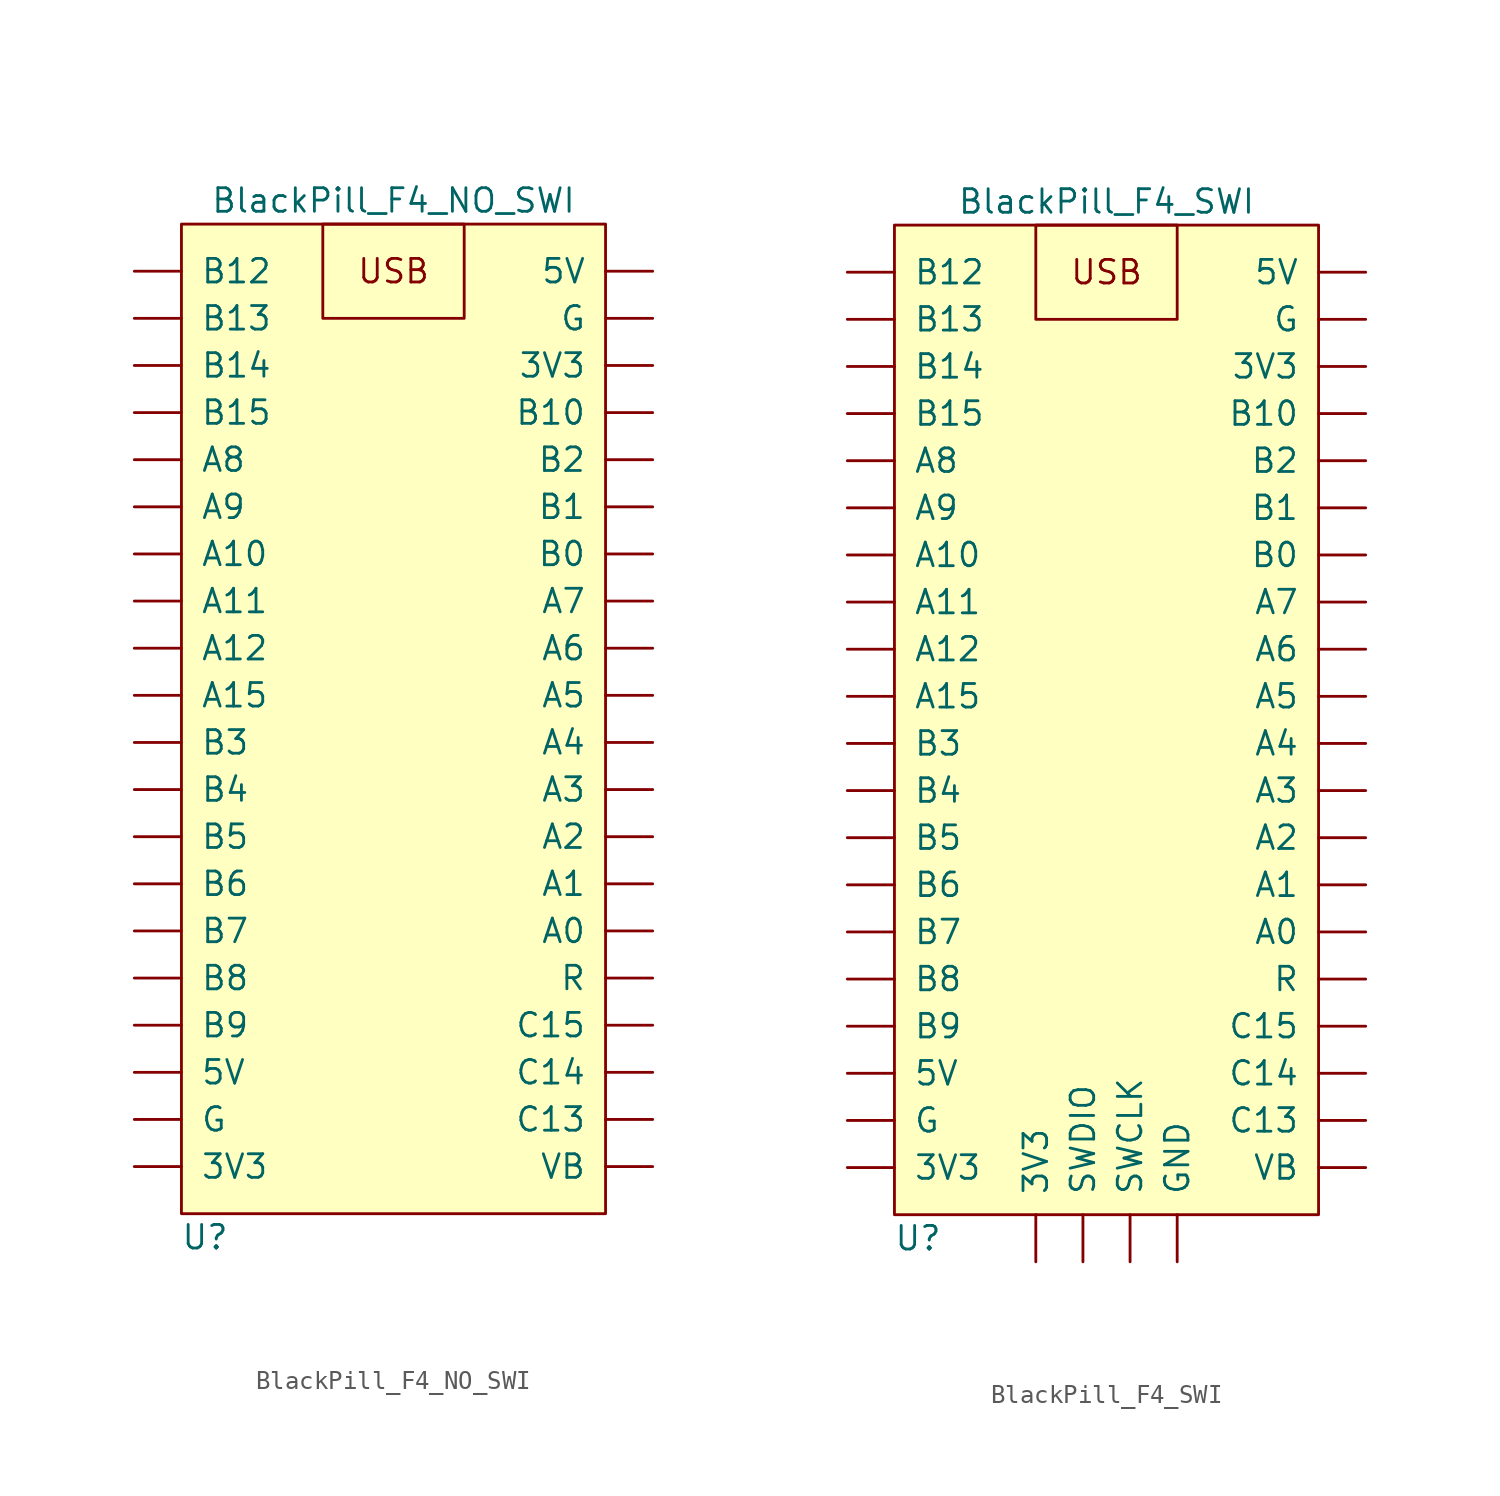
<source format=kicad_sym>
(kicad_symbol_lib
  (version 20211014)
  (generator kicad_symbol_editor)
  (symbol "BlackPill_F4_NO_SWI"
    (pin_numbers hide)
    (pin_names
      (offset 1.016))
    (property "Reference" "U"
      (at 20.32 -35.56 0)
      (effects (font (size 1.27 1.27))))
    (property "Value" "BlackPill_F4_NO_SWI"
      (at 30.48 20.32 0)
      (effects (font (size 1.27 1.27))))
    (symbol "BlackPill_F4_NO_SWI_0_0"
      (text "USB" (at 30.48 16.51 0) (effects (font (size 1.27 1.27)))))
    (symbol "BlackPill_F4_NO_SWI_0_1"
      (rectangle (start 19.05 -34.29) (end 41.91 19.05) (stroke (width 0) (type default) (color 0 0 0 0)) (fill (type background)))
      (rectangle (start 26.67 19.05) (end 34.29 13.97) (stroke (width 0) (type default) (color 0 0 0 0)) (fill (type none))))
    (symbol "BlackPill_F4_NO_SWI_1_1"
      (pin bidirectional line (at 16.51 16.51 0) (length 2.54) (name "B12" (effects (font (size 1.27 1.27)))) (number "1" (effects (font (size 1.27 1.27)))))
      (pin bidirectional line (at 16.51 -6.35 0) (length 2.54) (name "A15" (effects (font (size 1.27 1.27)))) (number "10" (effects (font (size 1.27 1.27)))))
      (pin bidirectional line (at 16.51 -8.89 0) (length 2.54) (name "B3" (effects (font (size 1.27 1.27)))) (number "11" (effects (font (size 1.27 1.27)))))
      (pin bidirectional line (at 16.51 -11.43 0) (length 2.54) (name "B4" (effects (font (size 1.27 1.27)))) (number "12" (effects (font (size 1.27 1.27)))))
      (pin bidirectional line (at 16.51 -13.97 0) (length 2.54) (name "B5" (effects (font (size 1.27 1.27)))) (number "13" (effects (font (size 1.27 1.27)))))
      (pin bidirectional line (at 16.51 -16.51 0) (length 2.54) (name "B6" (effects (font (size 1.27 1.27)))) (number "14" (effects (font (size 1.27 1.27)))))
      (pin bidirectional line (at 16.51 -19.05 0) (length 2.54) (name "B7" (effects (font (size 1.27 1.27)))) (number "15" (effects (font (size 1.27 1.27)))))
      (pin bidirectional line (at 16.51 -21.59 0) (length 2.54) (name "B8" (effects (font (size 1.27 1.27)))) (number "16" (effects (font (size 1.27 1.27)))))
      (pin bidirectional line (at 16.51 -24.13 0) (length 2.54) (name "B9" (effects (font (size 1.27 1.27)))) (number "17" (effects (font (size 1.27 1.27)))))
      (pin bidirectional line (at 16.51 -26.67 0) (length 2.54) (name "5V" (effects (font (size 1.27 1.27)))) (number "18" (effects (font (size 1.27 1.27)))))
      (pin bidirectional line (at 16.51 -29.21 0) (length 2.54) (name "G" (effects (font (size 1.27 1.27)))) (number "19" (effects (font (size 1.27 1.27)))))
      (pin bidirectional line (at 16.51 13.97 0) (length 2.54) (name "B13" (effects (font (size 1.27 1.27)))) (number "2" (effects (font (size 1.27 1.27)))))
      (pin bidirectional line (at 16.51 -31.75 0) (length 2.54) (name "3V3" (effects (font (size 1.27 1.27)))) (number "20" (effects (font (size 1.27 1.27)))))
      (pin bidirectional line (at 44.45 -31.75 180) (length 2.54) (name "VB" (effects (font (size 1.27 1.27)))) (number "21" (effects (font (size 1.27 1.27)))))
      (pin bidirectional line (at 44.45 -29.21 180) (length 2.54) (name "C13" (effects (font (size 1.27 1.27)))) (number "22" (effects (font (size 1.27 1.27)))))
      (pin bidirectional line (at 44.45 -26.67 180) (length 2.54) (name "C14" (effects (font (size 1.27 1.27)))) (number "23" (effects (font (size 1.27 1.27)))))
      (pin bidirectional line (at 44.45 -24.13 180) (length 2.54) (name "C15" (effects (font (size 1.27 1.27)))) (number "24" (effects (font (size 1.27 1.27)))))
      (pin bidirectional line (at 44.45 -21.59 180) (length 2.54) (name "R" (effects (font (size 1.27 1.27)))) (number "25" (effects (font (size 1.27 1.27)))))
      (pin bidirectional line (at 44.45 -19.05 180) (length 2.54) (name "A0" (effects (font (size 1.27 1.27)))) (number "26" (effects (font (size 1.27 1.27)))))
      (pin bidirectional line (at 44.45 -16.51 180) (length 2.54) (name "A1" (effects (font (size 1.27 1.27)))) (number "27" (effects (font (size 1.27 1.27)))))
      (pin bidirectional line (at 44.45 -13.97 180) (length 2.54) (name "A2" (effects (font (size 1.27 1.27)))) (number "28" (effects (font (size 1.27 1.27)))))
      (pin bidirectional line (at 44.45 -11.43 180) (length 2.54) (name "A3" (effects (font (size 1.27 1.27)))) (number "29" (effects (font (size 1.27 1.27)))))
      (pin bidirectional line (at 16.51 11.43 0) (length 2.54) (name "B14" (effects (font (size 1.27 1.27)))) (number "3" (effects (font (size 1.27 1.27)))))
      (pin bidirectional line (at 44.45 -8.89 180) (length 2.54) (name "A4" (effects (font (size 1.27 1.27)))) (number "30" (effects (font (size 1.27 1.27)))))
      (pin bidirectional line (at 44.45 -6.35 180) (length 2.54) (name "A5" (effects (font (size 1.27 1.27)))) (number "31" (effects (font (size 1.27 1.27)))))
      (pin bidirectional line (at 44.45 -3.81 180) (length 2.54) (name "A6" (effects (font (size 1.27 1.27)))) (number "32" (effects (font (size 1.27 1.27)))))
      (pin bidirectional line (at 44.45 -1.27 180) (length 2.54) (name "A7" (effects (font (size 1.27 1.27)))) (number "33" (effects (font (size 1.27 1.27)))))
      (pin bidirectional line (at 44.45 1.27 180) (length 2.54) (name "B0" (effects (font (size 1.27 1.27)))) (number "34" (effects (font (size 1.27 1.27)))))
      (pin bidirectional line (at 44.45 3.81 180) (length 2.54) (name "B1" (effects (font (size 1.27 1.27)))) (number "35" (effects (font (size 1.27 1.27)))))
      (pin bidirectional line (at 44.45 6.35 180) (length 2.54) (name "B2" (effects (font (size 1.27 1.27)))) (number "36" (effects (font (size 1.27 1.27)))))
      (pin bidirectional line (at 44.45 8.89 180) (length 2.54) (name "B10" (effects (font (size 1.27 1.27)))) (number "37" (effects (font (size 1.27 1.27)))))
      (pin bidirectional line (at 44.45 11.43 180) (length 2.54) (name "3V3" (effects (font (size 1.27 1.27)))) (number "38" (effects (font (size 1.27 1.27)))))
      (pin bidirectional line (at 44.45 13.97 180) (length 2.54) (name "G" (effects (font (size 1.27 1.27)))) (number "39" (effects (font (size 1.27 1.27)))))
      (pin bidirectional line (at 16.51 8.89 0) (length 2.54) (name "B15" (effects (font (size 1.27 1.27)))) (number "4" (effects (font (size 1.27 1.27)))))
      (pin bidirectional line (at 44.45 16.51 180) (length 2.54) (name "5V" (effects (font (size 1.27 1.27)))) (number "40" (effects (font (size 1.27 1.27)))))
      (pin bidirectional line (at 16.51 6.35 0) (length 2.54) (name "A8" (effects (font (size 1.27 1.27)))) (number "5" (effects (font (size 1.27 1.27)))))
      (pin bidirectional line (at 16.51 3.81 0) (length 2.54) (name "A9" (effects (font (size 1.27 1.27)))) (number "6" (effects (font (size 1.27 1.27)))))
      (pin bidirectional line (at 16.51 1.27 0) (length 2.54) (name "A10" (effects (font (size 1.27 1.27)))) (number "7" (effects (font (size 1.27 1.27)))))
      (pin bidirectional line (at 16.51 -1.27 0) (length 2.54) (name "A11" (effects (font (size 1.27 1.27)))) (number "8" (effects (font (size 1.27 1.27)))))
      (pin bidirectional line (at 16.51 -3.81 0) (length 2.54) (name "A12" (effects (font (size 1.27 1.27)))) (number "9" (effects (font (size 1.27 1.27)))))))
  (symbol "BlackPill_F4_SWI"
    (pin_numbers hide)
    (pin_names
      (offset 1.016))
    (property "Reference" "U"
      (at 20.32 -35.56 0)
      (effects (font (size 1.27 1.27))))
    (property "Value" "BlackPill_F4_SWI"
      (at 30.48 20.32 0)
      (effects (font (size 1.27 1.27))))
    (symbol "BlackPill_F4_SWI_0_0"
      (text "USB" (at 30.48 16.51 0) (effects (font (size 1.27 1.27)))))
    (symbol "BlackPill_F4_SWI_0_1"
      (rectangle (start 19.05 -34.29) (end 41.91 19.05) (stroke (width 0) (type default) (color 0 0 0 0)) (fill (type background)))
      (rectangle (start 26.67 19.05) (end 34.29 13.97) (stroke (width 0) (type default) (color 0 0 0 0)) (fill (type none))))
    (symbol "BlackPill_F4_SWI_1_1"
      (pin bidirectional line (at 16.51 16.51 0) (length 2.54) (name "B12" (effects (font (size 1.27 1.27)))) (number "1" (effects (font (size 1.27 1.27)))))
      (pin bidirectional line (at 16.51 -6.35 0) (length 2.54) (name "A15" (effects (font (size 1.27 1.27)))) (number "10" (effects (font (size 1.27 1.27)))))
      (pin bidirectional line (at 16.51 -8.89 0) (length 2.54) (name "B3" (effects (font (size 1.27 1.27)))) (number "11" (effects (font (size 1.27 1.27)))))
      (pin bidirectional line (at 16.51 -11.43 0) (length 2.54) (name "B4" (effects (font (size 1.27 1.27)))) (number "12" (effects (font (size 1.27 1.27)))))
      (pin bidirectional line (at 16.51 -13.97 0) (length 2.54) (name "B5" (effects (font (size 1.27 1.27)))) (number "13" (effects (font (size 1.27 1.27)))))
      (pin bidirectional line (at 16.51 -16.51 0) (length 2.54) (name "B6" (effects (font (size 1.27 1.27)))) (number "14" (effects (font (size 1.27 1.27)))))
      (pin bidirectional line (at 16.51 -19.05 0) (length 2.54) (name "B7" (effects (font (size 1.27 1.27)))) (number "15" (effects (font (size 1.27 1.27)))))
      (pin bidirectional line (at 16.51 -21.59 0) (length 2.54) (name "B8" (effects (font (size 1.27 1.27)))) (number "16" (effects (font (size 1.27 1.27)))))
      (pin bidirectional line (at 16.51 -24.13 0) (length 2.54) (name "B9" (effects (font (size 1.27 1.27)))) (number "17" (effects (font (size 1.27 1.27)))))
      (pin bidirectional line (at 16.51 -26.67 0) (length 2.54) (name "5V" (effects (font (size 1.27 1.27)))) (number "18" (effects (font (size 1.27 1.27)))))
      (pin bidirectional line (at 16.51 -29.21 0) (length 2.54) (name "G" (effects (font (size 1.27 1.27)))) (number "19" (effects (font (size 1.27 1.27)))))
      (pin bidirectional line (at 16.51 13.97 0) (length 2.54) (name "B13" (effects (font (size 1.27 1.27)))) (number "2" (effects (font (size 1.27 1.27)))))
      (pin bidirectional line (at 16.51 -31.75 0) (length 2.54) (name "3V3" (effects (font (size 1.27 1.27)))) (number "20" (effects (font (size 1.27 1.27)))))
      (pin bidirectional line (at 44.45 -31.75 180) (length 2.54) (name "VB" (effects (font (size 1.27 1.27)))) (number "21" (effects (font (size 1.27 1.27)))))
      (pin bidirectional line (at 44.45 -29.21 180) (length 2.54) (name "C13" (effects (font (size 1.27 1.27)))) (number "22" (effects (font (size 1.27 1.27)))))
      (pin bidirectional line (at 44.45 -26.67 180) (length 2.54) (name "C14" (effects (font (size 1.27 1.27)))) (number "23" (effects (font (size 1.27 1.27)))))
      (pin bidirectional line (at 44.45 -24.13 180) (length 2.54) (name "C15" (effects (font (size 1.27 1.27)))) (number "24" (effects (font (size 1.27 1.27)))))
      (pin bidirectional line (at 44.45 -21.59 180) (length 2.54) (name "R" (effects (font (size 1.27 1.27)))) (number "25" (effects (font (size 1.27 1.27)))))
      (pin bidirectional line (at 44.45 -19.05 180) (length 2.54) (name "A0" (effects (font (size 1.27 1.27)))) (number "26" (effects (font (size 1.27 1.27)))))
      (pin bidirectional line (at 44.45 -16.51 180) (length 2.54) (name "A1" (effects (font (size 1.27 1.27)))) (number "27" (effects (font (size 1.27 1.27)))))
      (pin bidirectional line (at 44.45 -13.97 180) (length 2.54) (name "A2" (effects (font (size 1.27 1.27)))) (number "28" (effects (font (size 1.27 1.27)))))
      (pin bidirectional line (at 44.45 -11.43 180) (length 2.54) (name "A3" (effects (font (size 1.27 1.27)))) (number "29" (effects (font (size 1.27 1.27)))))
      (pin bidirectional line (at 16.51 11.43 0) (length 2.54) (name "B14" (effects (font (size 1.27 1.27)))) (number "3" (effects (font (size 1.27 1.27)))))
      (pin bidirectional line (at 44.45 -8.89 180) (length 2.54) (name "A4" (effects (font (size 1.27 1.27)))) (number "30" (effects (font (size 1.27 1.27)))))
      (pin bidirectional line (at 44.45 -6.35 180) (length 2.54) (name "A5" (effects (font (size 1.27 1.27)))) (number "31" (effects (font (size 1.27 1.27)))))
      (pin bidirectional line (at 44.45 -3.81 180) (length 2.54) (name "A6" (effects (font (size 1.27 1.27)))) (number "32" (effects (font (size 1.27 1.27)))))
      (pin bidirectional line (at 44.45 -1.27 180) (length 2.54) (name "A7" (effects (font (size 1.27 1.27)))) (number "33" (effects (font (size 1.27 1.27)))))
      (pin bidirectional line (at 44.45 1.27 180) (length 2.54) (name "B0" (effects (font (size 1.27 1.27)))) (number "34" (effects (font (size 1.27 1.27)))))
      (pin bidirectional line (at 44.45 3.81 180) (length 2.54) (name "B1" (effects (font (size 1.27 1.27)))) (number "35" (effects (font (size 1.27 1.27)))))
      (pin bidirectional line (at 44.45 6.35 180) (length 2.54) (name "B2" (effects (font (size 1.27 1.27)))) (number "36" (effects (font (size 1.27 1.27)))))
      (pin bidirectional line (at 44.45 8.89 180) (length 2.54) (name "B10" (effects (font (size 1.27 1.27)))) (number "37" (effects (font (size 1.27 1.27)))))
      (pin bidirectional line (at 44.45 11.43 180) (length 2.54) (name "3V3" (effects (font (size 1.27 1.27)))) (number "38" (effects (font (size 1.27 1.27)))))
      (pin bidirectional line (at 44.45 13.97 180) (length 2.54) (name "G" (effects (font (size 1.27 1.27)))) (number "39" (effects (font (size 1.27 1.27)))))
      (pin bidirectional line (at 16.51 8.89 0) (length 2.54) (name "B15" (effects (font (size 1.27 1.27)))) (number "4" (effects (font (size 1.27 1.27)))))
      (pin bidirectional line (at 44.45 16.51 180) (length 2.54) (name "5V" (effects (font (size 1.27 1.27)))) (number "40" (effects (font (size 1.27 1.27)))))
      (pin bidirectional line (at 26.67 -36.83 90) (length 2.54) (name "3V3" (effects (font (size 1.27 1.27)))) (number "41" (effects (font (size 1.27 1.27)))))
      (pin bidirectional line (at 29.21 -36.83 90) (length 2.54) (name "SWDIO" (effects (font (size 1.27 1.27)))) (number "42" (effects (font (size 1.27 1.27)))))
      (pin bidirectional line (at 31.75 -36.83 90) (length 2.54) (name "SWCLK" (effects (font (size 1.27 1.27)))) (number "43" (effects (font (size 1.27 1.27)))))
      (pin bidirectional line (at 34.29 -36.83 90) (length 2.54) (name "GND" (effects (font (size 1.27 1.27)))) (number "44" (effects (font (size 1.27 1.27)))))
      (pin bidirectional line (at 16.51 6.35 0) (length 2.54) (name "A8" (effects (font (size 1.27 1.27)))) (number "5" (effects (font (size 1.27 1.27)))))
      (pin bidirectional line (at 16.51 3.81 0) (length 2.54) (name "A9" (effects (font (size 1.27 1.27)))) (number "6" (effects (font (size 1.27 1.27)))))
      (pin bidirectional line (at 16.51 1.27 0) (length 2.54) (name "A10" (effects (font (size 1.27 1.27)))) (number "7" (effects (font (size 1.27 1.27)))))
      (pin bidirectional line (at 16.51 -1.27 0) (length 2.54) (name "A11" (effects (font (size 1.27 1.27)))) (number "8" (effects (font (size 1.27 1.27)))))
      (pin bidirectional line (at 16.51 -3.81 0) (length 2.54) (name "A12" (effects (font (size 1.27 1.27)))) (number "9" (effects (font (size 1.27 1.27))))))))
</source>
